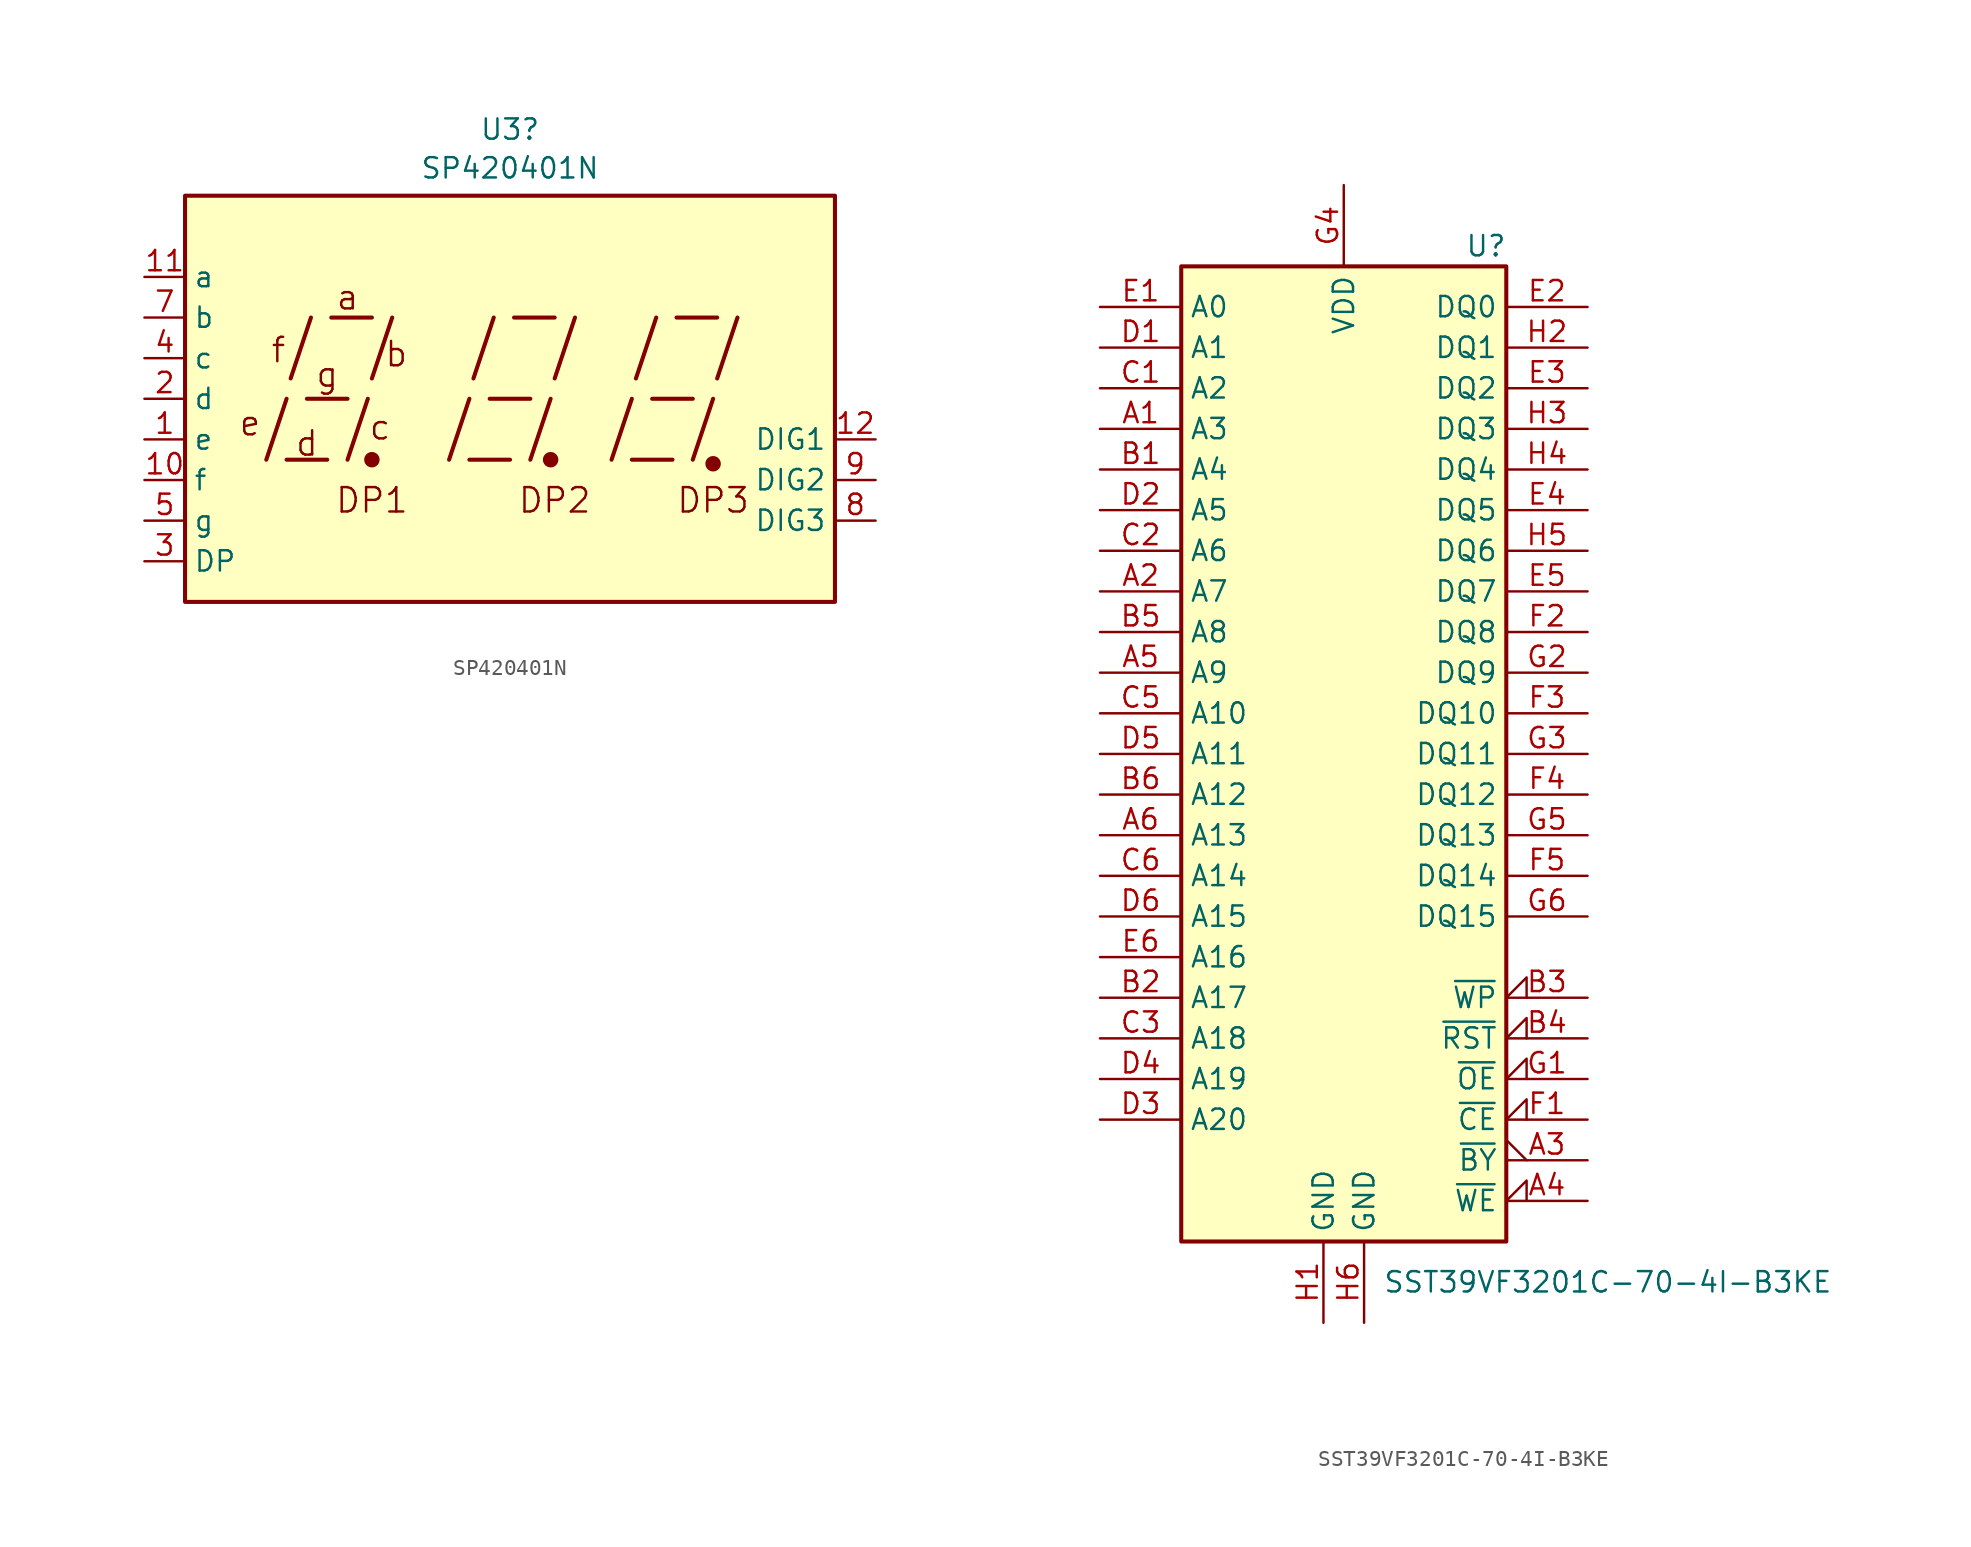
<source format=kicad_sym>
(kicad_symbol_lib
  (version 20231120)
  (generator "kicad_symbol_editor")
  (generator_version "8.0")
  (symbol "SP420401N"
    (property "Reference" "U3"
      (at 0 16.844 0)
      (effects (font (size 1.27 1.27))))
    (property "Value" "SP420401N"
      (at 0 14.42 0)
      (effects (font (size 1.27 1.27))))
    (symbol "SP420401N_0_0"
      (rectangle (start -20.32 12.7) (end 20.32 -12.7) (stroke (width 0.254) (type default)) (fill (type background)))
      (polyline (pts (xy -15.24 -3.81) (xy -13.97 0)) (stroke (width 0.254) (type default)) (fill (type none)))
      (polyline (pts (xy -13.97 -3.81) (xy -11.43 -3.81)) (stroke (width 0.254) (type default)) (fill (type none)))
      (polyline (pts (xy -13.716 1.27) (xy -12.446 5.08)) (stroke (width 0.254) (type default)) (fill (type none)))
      (polyline (pts (xy -12.7 0) (xy -10.16 0)) (stroke (width 0.254) (type default)) (fill (type none)))
      (polyline (pts (xy -11.176 5.08) (xy -8.636 5.08)) (stroke (width 0.254) (type default)) (fill (type none)))
      (polyline (pts (xy -10.16 -3.81) (xy -8.89 0)) (stroke (width 0.254) (type default)) (fill (type none)))
      (polyline (pts (xy -8.636 1.27) (xy -7.366 5.08)) (stroke (width 0.254) (type default)) (fill (type none)))
      (polyline (pts (xy -3.81 -3.81) (xy -2.54 0)) (stroke (width 0.254) (type default)) (fill (type none)))
      (polyline (pts (xy -2.54 -3.81) (xy 0 -3.81)) (stroke (width 0.254) (type default)) (fill (type none)))
      (polyline (pts (xy -2.286 1.27) (xy -1.016 5.08)) (stroke (width 0.254) (type default)) (fill (type none)))
      (polyline (pts (xy -1.27 0) (xy 1.27 0)) (stroke (width 0.254) (type default)) (fill (type none)))
      (polyline (pts (xy 0.254 5.08) (xy 2.794 5.08)) (stroke (width 0.254) (type default)) (fill (type none)))
      (polyline (pts (xy 1.27 -3.81) (xy 2.54 0)) (stroke (width 0.254) (type default)) (fill (type none)))
      (polyline (pts (xy 2.794 1.27) (xy 4.064 5.08)) (stroke (width 0.254) (type default)) (fill (type none)))
      (polyline (pts (xy 6.35 -3.81) (xy 7.62 0)) (stroke (width 0.254) (type default)) (fill (type none)))
      (polyline (pts (xy 7.62 -3.81) (xy 10.16 -3.81)) (stroke (width 0.254) (type default)) (fill (type none)))
      (polyline (pts (xy 7.874 1.27) (xy 9.144 5.08)) (stroke (width 0.254) (type default)) (fill (type none)))
      (polyline (pts (xy 8.89 0) (xy 11.43 0)) (stroke (width 0.254) (type default)) (fill (type none)))
      (polyline (pts (xy 10.414 5.08) (xy 12.954 5.08)) (stroke (width 0.254) (type default)) (fill (type none)))
      (polyline (pts (xy 11.43 -3.81) (xy 12.7 0)) (stroke (width 0.254) (type default)) (fill (type none)))
      (polyline (pts (xy 12.954 1.27) (xy 14.224 5.08)) (stroke (width 0.254) (type default)) (fill (type none)))
      (text "a" (at -10.16 6.35 0) (effects (font (size 1.524 1.524))))
      (text "b" (at -7.112 2.794 0) (effects (font (size 1.524 1.524))))
      (text "c" (at -8.128 -1.778 0) (effects (font (size 1.524 1.524))))
      (text "d" (at -12.7 -2.794 0) (effects (font (size 1.524 1.524))))
      (text "DP1" (at -8.636 -6.35 0) (effects (font (size 1.524 1.524))))
      (text "DP2" (at 2.794 -6.35 0) (effects (font (size 1.524 1.524))))
      (text "DP3" (at 12.7 -6.35 0) (effects (font (size 1.524 1.524))))
      (text "e" (at -16.256 -1.524 0) (effects (font (size 1.524 1.524))))
      (text "f" (at -14.478 3.048 0) (effects (font (size 1.524 1.524))))
      (text "g" (at -11.43 1.524 0) (effects (font (size 1.524 1.524)))))
    (symbol "SP420401N_0_1"
      (circle (center -8.636 -3.81) (radius 0.356) (stroke (width 0.254) (type default)) (fill (type outline)))
      (circle (center 2.54 -3.81) (radius 0.356) (stroke (width 0.254) (type default)) (fill (type outline))))
    (symbol "SP420401N_1_0"
      (circle (center 12.7 -4.064) (radius 0.356) (stroke (width 0.254) (type default)) (fill (type outline))))
    (symbol "SP420401N_1_1"
      (pin input line (at -22.86 -2.54 0) (length 2.54) (name "e" (effects (font (size 1.27 1.27)))) (number "1" (effects (font (size 1.27 1.27)))))
      (pin input line (at -22.86 -5.08 0) (length 2.54) (name "f" (effects (font (size 1.27 1.27)))) (number "10" (effects (font (size 1.27 1.27)))))
      (pin input line (at -22.86 7.62 0) (length 2.54) (name "a" (effects (font (size 1.27 1.27)))) (number "11" (effects (font (size 1.27 1.27)))))
      (pin input line (at 22.86 -2.54 180) (length 2.54) (name "DIG1" (effects (font (size 1.27 1.27)))) (number "12" (effects (font (size 1.27 1.27)))))
      (pin input line (at -22.86 0 0) (length 2.54) (name "d" (effects (font (size 1.27 1.27)))) (number "2" (effects (font (size 1.27 1.27)))))
      (pin input line (at -22.86 -10.16 0) (length 2.54) (name "DP" (effects (font (size 1.27 1.27)))) (number "3" (effects (font (size 1.27 1.27)))))
      (pin input line (at -22.86 2.54 0) (length 2.54) (name "c" (effects (font (size 1.27 1.27)))) (number "4" (effects (font (size 1.27 1.27)))))
      (pin input line (at -22.86 -7.62 0) (length 2.54) (name "g" (effects (font (size 1.27 1.27)))) (number "5" (effects (font (size 1.27 1.27)))))
      (pin no_connect line (at 22.86 -10.16 180) (length 2.54) hide (name "NC" (effects (font (size 1.27 1.27)))) (number "6" (effects (font (size 1.27 1.27)))))
      (pin input line (at -22.86 5.08 0) (length 2.54) (name "b" (effects (font (size 1.27 1.27)))) (number "7" (effects (font (size 1.27 1.27)))))
      (pin input line (at 22.86 -7.62 180) (length 2.54) (name "DIG3" (effects (font (size 1.27 1.27)))) (number "8" (effects (font (size 1.27 1.27)))))
      (pin input line (at 22.86 -5.08 180) (length 2.54) (name "DIG2" (effects (font (size 1.27 1.27)))) (number "9" (effects (font (size 1.27 1.27)))))))
  (symbol "SST39VF3201C-70-4I-B3KE"
    (property "Reference" "U"
      (at 8.89 33.02 0)
      (effects (font (size 1.27 1.27))))
    (property "Value" "SST39VF3201C-70-4I-B3KE"
      (at 16.51 -31.75 0)
      (effects (font (size 1.27 1.27))))
    (symbol "SST39VF3201C-70-4I-B3KE_0_0"
      (pin power_in line (at 0 36.83 270) (length 5.08) (name "VDD" (effects (font (size 1.27 1.27)))) (number "G4" (effects (font (size 1.27 1.27)))))
      (pin power_in line (at -1.27 -34.29 90) (length 5.08) (name "GND" (effects (font (size 1.27 1.27)))) (number "H1" (effects (font (size 1.27 1.27))))))
    (symbol "SST39VF3201C-70-4I-B3KE_0_1"
      (rectangle (start -10.16 31.75) (end 10.16 -29.21) (stroke (width 0.254) (type solid)) (fill (type background))))
    (symbol "SST39VF3201C-70-4I-B3KE_1_1"
      (pin input line (at -15.24 21.59 0) (length 5.08) (name "A3" (effects (font (size 1.27 1.27)))) (number "A1" (effects (font (size 1.27 1.27)))))
      (pin input line (at -15.24 11.43 0) (length 5.08) (name "A7" (effects (font (size 1.27 1.27)))) (number "A2" (effects (font (size 1.27 1.27)))))
      (pin output output_low (at 15.24 -24.13 180) (length 5.08) (name "~{BY}" (effects (font (size 1.27 1.27)))) (number "A3" (effects (font (size 1.27 1.27)))))
      (pin input input_low (at 15.24 -26.67 180) (length 5.08) (name "~{WE}" (effects (font (size 1.27 1.27)))) (number "A4" (effects (font (size 1.27 1.27)))))
      (pin input line (at -15.24 6.35 0) (length 5.08) (name "A9" (effects (font (size 1.27 1.27)))) (number "A5" (effects (font (size 1.27 1.27)))))
      (pin input line (at -15.24 -3.81 0) (length 5.08) (name "A13" (effects (font (size 1.27 1.27)))) (number "A6" (effects (font (size 1.27 1.27)))))
      (pin input line (at -15.24 19.05 0) (length 5.08) (name "A4" (effects (font (size 1.27 1.27)))) (number "B1" (effects (font (size 1.27 1.27)))))
      (pin input line (at -15.24 -13.97 0) (length 5.08) (name "A17" (effects (font (size 1.27 1.27)))) (number "B2" (effects (font (size 1.27 1.27)))))
      (pin input input_low (at 15.24 -13.97 180) (length 5.08) (name "~{WP}" (effects (font (size 1.27 1.27)))) (number "B3" (effects (font (size 1.27 1.27)))))
      (pin input input_low (at 15.24 -16.51 180) (length 5.08) (name "~{RST}" (effects (font (size 1.27 1.27)))) (number "B4" (effects (font (size 1.27 1.27)))))
      (pin input line (at -15.24 8.89 0) (length 5.08) (name "A8" (effects (font (size 1.27 1.27)))) (number "B5" (effects (font (size 1.27 1.27)))))
      (pin input line (at -15.24 -1.27 0) (length 5.08) (name "A12" (effects (font (size 1.27 1.27)))) (number "B6" (effects (font (size 1.27 1.27)))))
      (pin input line (at -15.24 24.13 0) (length 5.08) (name "A2" (effects (font (size 1.27 1.27)))) (number "C1" (effects (font (size 1.27 1.27)))))
      (pin input line (at -15.24 13.97 0) (length 5.08) (name "A6" (effects (font (size 1.27 1.27)))) (number "C2" (effects (font (size 1.27 1.27)))))
      (pin input line (at -15.24 -16.51 0) (length 5.08) (name "A18" (effects (font (size 1.27 1.27)))) (number "C3" (effects (font (size 1.27 1.27)))))
      (pin no_connect line (at -15.24 -24.13 0) (length 5.08) hide (name "NC" (effects (font (size 1.27 1.27)))) (number "C4" (effects (font (size 1.27 1.27)))))
      (pin input line (at -15.24 3.81 0) (length 5.08) (name "A10" (effects (font (size 1.27 1.27)))) (number "C5" (effects (font (size 1.27 1.27)))))
      (pin input line (at -15.24 -6.35 0) (length 5.08) (name "A14" (effects (font (size 1.27 1.27)))) (number "C6" (effects (font (size 1.27 1.27)))))
      (pin input line (at -15.24 26.67 0) (length 5.08) (name "A1" (effects (font (size 1.27 1.27)))) (number "D1" (effects (font (size 1.27 1.27)))))
      (pin input line (at -15.24 16.51 0) (length 5.08) (name "A5" (effects (font (size 1.27 1.27)))) (number "D2" (effects (font (size 1.27 1.27)))))
      (pin input line (at -15.24 -21.59 0) (length 5.08) (name "A20" (effects (font (size 1.27 1.27)))) (number "D3" (effects (font (size 1.27 1.27)))))
      (pin input line (at -15.24 -19.05 0) (length 5.08) (name "A19" (effects (font (size 1.27 1.27)))) (number "D4" (effects (font (size 1.27 1.27)))))
      (pin input line (at -15.24 1.27 0) (length 5.08) (name "A11" (effects (font (size 1.27 1.27)))) (number "D5" (effects (font (size 1.27 1.27)))))
      (pin input line (at -15.24 -8.89 0) (length 5.08) (name "A15" (effects (font (size 1.27 1.27)))) (number "D6" (effects (font (size 1.27 1.27)))))
      (pin input line (at -15.24 29.21 0) (length 5.08) (name "A0" (effects (font (size 1.27 1.27)))) (number "E1" (effects (font (size 1.27 1.27)))))
      (pin tri_state line (at 15.24 29.21 180) (length 5.08) (name "DQ0" (effects (font (size 1.27 1.27)))) (number "E2" (effects (font (size 1.27 1.27)))))
      (pin tri_state line (at 15.24 24.13 180) (length 5.08) (name "DQ2" (effects (font (size 1.27 1.27)))) (number "E3" (effects (font (size 1.27 1.27)))))
      (pin tri_state line (at 15.24 16.51 180) (length 5.08) (name "DQ5" (effects (font (size 1.27 1.27)))) (number "E4" (effects (font (size 1.27 1.27)))))
      (pin tri_state line (at 15.24 11.43 180) (length 5.08) (name "DQ7" (effects (font (size 1.27 1.27)))) (number "E5" (effects (font (size 1.27 1.27)))))
      (pin input line (at -15.24 -11.43 0) (length 5.08) (name "A16" (effects (font (size 1.27 1.27)))) (number "E6" (effects (font (size 1.27 1.27)))))
      (pin input input_low (at 15.24 -21.59 180) (length 5.08) (name "~{CE}" (effects (font (size 1.27 1.27)))) (number "F1" (effects (font (size 1.27 1.27)))))
      (pin tri_state line (at 15.24 8.89 180) (length 5.08) (name "DQ8" (effects (font (size 1.27 1.27)))) (number "F2" (effects (font (size 1.27 1.27)))))
      (pin tri_state line (at 15.24 3.81 180) (length 5.08) (name "DQ10" (effects (font (size 1.27 1.27)))) (number "F3" (effects (font (size 1.27 1.27)))))
      (pin tri_state line (at 15.24 -1.27 180) (length 5.08) (name "DQ12" (effects (font (size 1.27 1.27)))) (number "F4" (effects (font (size 1.27 1.27)))))
      (pin tri_state line (at 15.24 -6.35 180) (length 5.08) (name "DQ14" (effects (font (size 1.27 1.27)))) (number "F5" (effects (font (size 1.27 1.27)))))
      (pin no_connect line (at -15.24 -26.67 0) (length 5.08) hide (name "NC" (effects (font (size 1.27 1.27)))) (number "F6" (effects (font (size 1.27 1.27)))))
      (pin input input_low (at 15.24 -19.05 180) (length 5.08) (name "~{OE}" (effects (font (size 1.27 1.27)))) (number "G1" (effects (font (size 1.27 1.27)))))
      (pin tri_state line (at 15.24 6.35 180) (length 5.08) (name "DQ9" (effects (font (size 1.27 1.27)))) (number "G2" (effects (font (size 1.27 1.27)))))
      (pin tri_state line (at 15.24 1.27 180) (length 5.08) (name "DQ11" (effects (font (size 1.27 1.27)))) (number "G3" (effects (font (size 1.27 1.27)))))
      (pin tri_state line (at 15.24 -3.81 180) (length 5.08) (name "DQ13" (effects (font (size 1.27 1.27)))) (number "G5" (effects (font (size 1.27 1.27)))))
      (pin tri_state line (at 15.24 -8.89 180) (length 5.08) (name "DQ15" (effects (font (size 1.27 1.27)))) (number "G6" (effects (font (size 1.27 1.27)))))
      (pin tri_state line (at 15.24 26.67 180) (length 5.08) (name "DQ1" (effects (font (size 1.27 1.27)))) (number "H2" (effects (font (size 1.27 1.27)))))
      (pin tri_state line (at 15.24 21.59 180) (length 5.08) (name "DQ3" (effects (font (size 1.27 1.27)))) (number "H3" (effects (font (size 1.27 1.27)))))
      (pin tri_state line (at 15.24 19.05 180) (length 5.08) (name "DQ4" (effects (font (size 1.27 1.27)))) (number "H4" (effects (font (size 1.27 1.27)))))
      (pin tri_state line (at 15.24 13.97 180) (length 5.08) (name "DQ6" (effects (font (size 1.27 1.27)))) (number "H5" (effects (font (size 1.27 1.27)))))
      (pin power_in line (at 1.27 -34.29 90) (length 5.08) (name "GND" (effects (font (size 1.27 1.27)))) (number "H6" (effects (font (size 1.27 1.27))))))))
</source>
